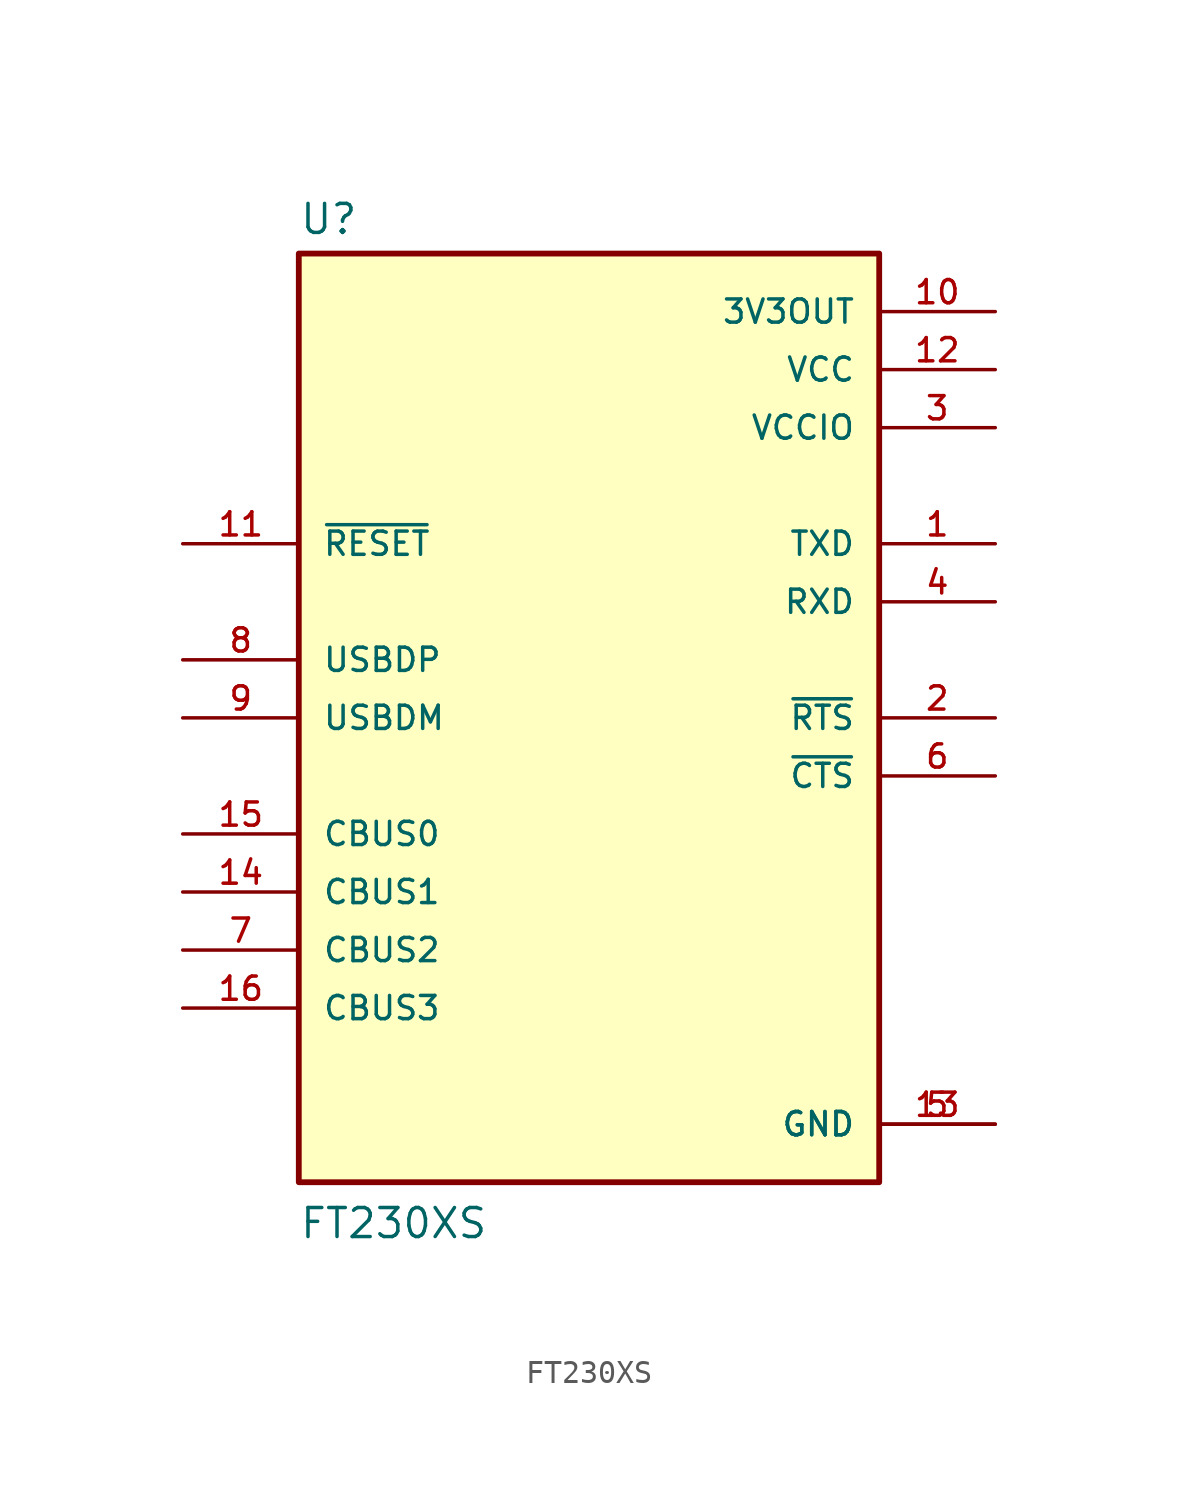
<source format=kicad_sym>
(kicad_symbol_lib
  (version 20211014)
  (generator kicad_symbol_editor)
  (symbol "FT230XS"
    (pin_names
      (offset 1.016))
    (property "Reference" "U"
      (at -12.7 21.082 0)
      (effects (font (size 1.27 1.27)) (justify bottom left)))
    (property "Value" "FT230XS"
      (at -12.7 -22.86 0)
      (effects (font (size 1.27 1.27)) (justify bottom left)))
    (symbol "FT230XS_0_0"
      (rectangle (start -12.7 -20.32) (end 12.7 20.32) (stroke (width 0.254)) (fill (type background)))
      (pin output line (at 17.78 7.62 180.0) (length 5.08) (name "TXD" (effects (font (size 1.016 1.016)))) (number "1" (effects (font (size 1.016 1.016)))))
      (pin output line (at 17.78 0.0 180.0) (length 5.08) (name "~{RTS}" (effects (font (size 1.016 1.016)))) (number "2" (effects (font (size 1.016 1.016)))))
      (pin power_in line (at 17.78 12.7 180.0) (length 5.08) (name "VCCIO" (effects (font (size 1.016 1.016)))) (number "3" (effects (font (size 1.016 1.016)))))
      (pin input line (at 17.78 5.08 180.0) (length 5.08) (name "RXD" (effects (font (size 1.016 1.016)))) (number "4" (effects (font (size 1.016 1.016)))))
      (pin power_in line (at 17.78 -17.78 180.0) (length 5.08) (name "GND" (effects (font (size 1.016 1.016)))) (number "5" (effects (font (size 1.016 1.016)))))
      (pin power_in line (at 17.78 -17.78 180.0) (length 5.08) (name "GND" (effects (font (size 1.016 1.016)))) (number "13" (effects (font (size 1.016 1.016)))))
      (pin input line (at 17.78 -2.54 180.0) (length 5.08) (name "~{CTS}" (effects (font (size 1.016 1.016)))) (number "6" (effects (font (size 1.016 1.016)))))
      (pin bidirectional line (at -17.78 -10.16 0) (length 5.08) (name "CBUS2" (effects (font (size 1.016 1.016)))) (number "7" (effects (font (size 1.016 1.016)))))
      (pin input line (at -17.78 2.54 0) (length 5.08) (name "USBDP" (effects (font (size 1.016 1.016)))) (number "8" (effects (font (size 1.016 1.016)))))
      (pin input line (at -17.78 0.0 0) (length 5.08) (name "USBDM" (effects (font (size 1.016 1.016)))) (number "9" (effects (font (size 1.016 1.016)))))
      (pin power_in line (at 17.78 17.78 180.0) (length 5.08) (name "3V3OUT" (effects (font (size 1.016 1.016)))) (number "10" (effects (font (size 1.016 1.016)))))
      (pin input line (at -17.78 7.62 0) (length 5.08) (name "~{RESET}" (effects (font (size 1.016 1.016)))) (number "11" (effects (font (size 1.016 1.016)))))
      (pin power_in line (at 17.78 15.24 180.0) (length 5.08) (name "VCC" (effects (font (size 1.016 1.016)))) (number "12" (effects (font (size 1.016 1.016)))))
      (pin bidirectional line (at -17.78 -7.62 0) (length 5.08) (name "CBUS1" (effects (font (size 1.016 1.016)))) (number "14" (effects (font (size 1.016 1.016)))))
      (pin bidirectional line (at -17.78 -5.08 0) (length 5.08) (name "CBUS0" (effects (font (size 1.016 1.016)))) (number "15" (effects (font (size 1.016 1.016)))))
      (pin bidirectional line (at -17.78 -12.7 0) (length 5.08) (name "CBUS3" (effects (font (size 1.016 1.016)))) (number "16" (effects (font (size 1.016 1.016))))))))
</source>
